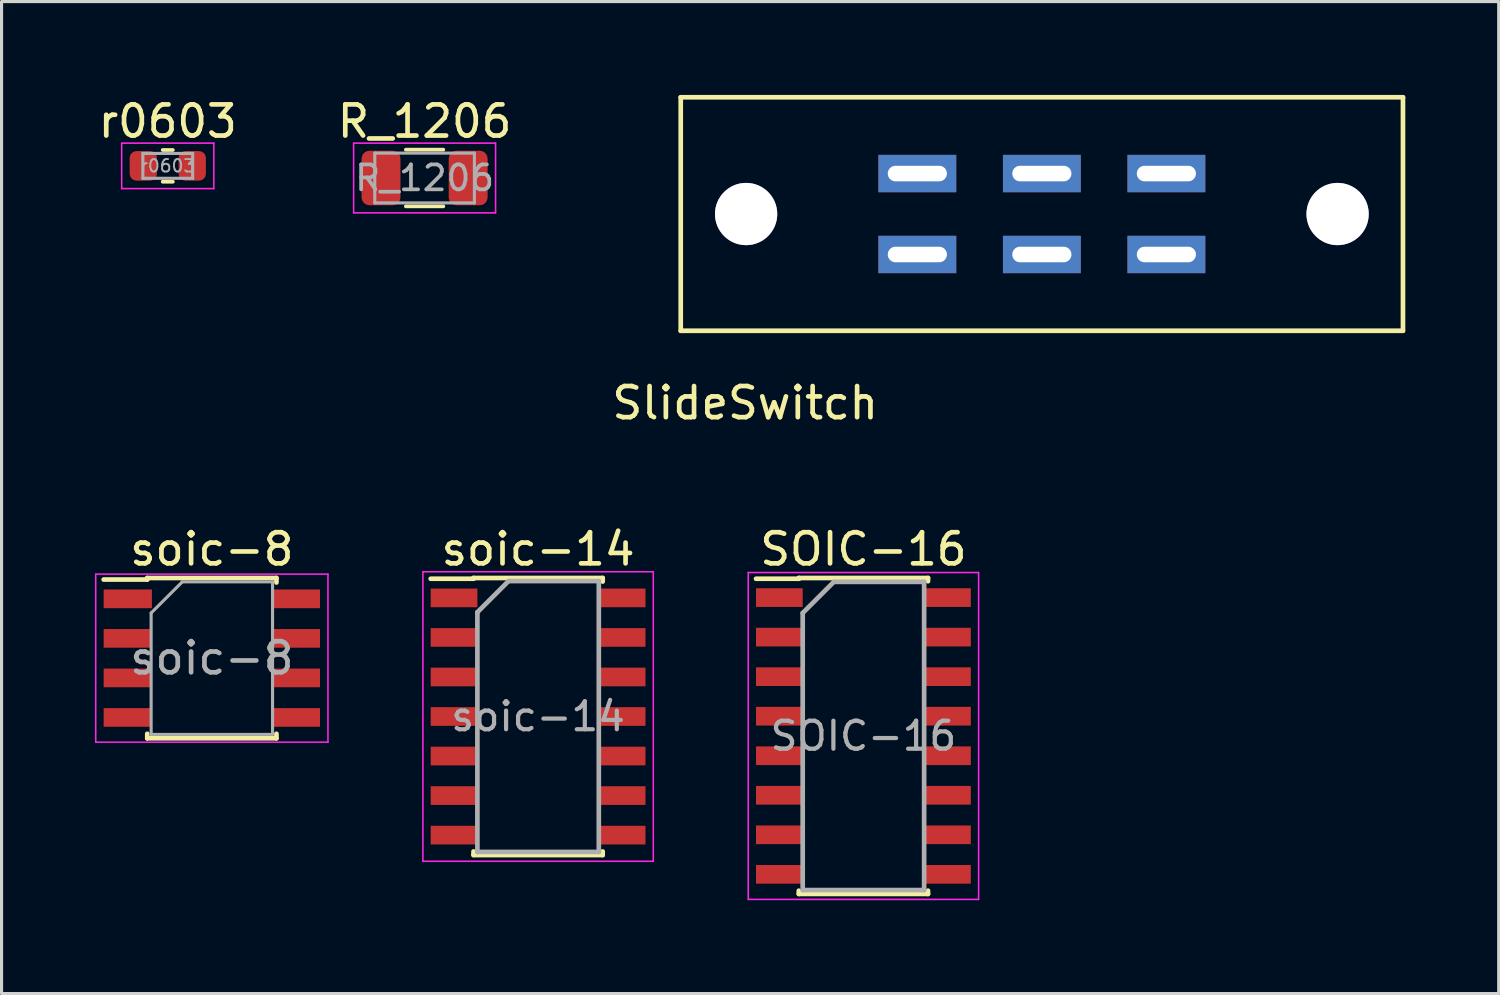
<source format=kicad_pcb>
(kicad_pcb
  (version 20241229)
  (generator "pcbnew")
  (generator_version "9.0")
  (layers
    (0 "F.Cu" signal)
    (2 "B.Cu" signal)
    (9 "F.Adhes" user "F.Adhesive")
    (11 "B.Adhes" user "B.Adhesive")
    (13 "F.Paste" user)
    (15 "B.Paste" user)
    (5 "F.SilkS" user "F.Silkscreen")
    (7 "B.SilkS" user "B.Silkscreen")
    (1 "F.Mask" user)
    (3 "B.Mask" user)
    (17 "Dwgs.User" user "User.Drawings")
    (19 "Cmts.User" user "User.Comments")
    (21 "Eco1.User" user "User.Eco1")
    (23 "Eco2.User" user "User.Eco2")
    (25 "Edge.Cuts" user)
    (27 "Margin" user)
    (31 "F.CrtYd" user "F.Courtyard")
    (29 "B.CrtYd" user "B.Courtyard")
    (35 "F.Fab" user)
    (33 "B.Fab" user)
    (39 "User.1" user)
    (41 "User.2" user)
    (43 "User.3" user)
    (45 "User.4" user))
  (footprint "soic-8"
    (layer "F.Cu")
    (at 3.755 18.091)
    (property "Reference" "soic-8" (at 0 -3.5 0) (layer "F.SilkS") (effects (font (size 1 1) (thickness 0.15))))
    (attr smd)
    (fp_line (start -2.075 -2.575) (end -2.075 -2.525) (stroke (width 0.15) (type solid)) (layer "F.SilkS"))
    (fp_line (start -2.075 -2.575) (end 2.075 -2.575) (stroke (width 0.15) (type solid)) (layer "F.SilkS"))
    (fp_line (start -2.075 -2.525) (end -3.475 -2.525) (stroke (width 0.15) (type solid)) (layer "F.SilkS"))
    (fp_line (start -2.075 2.575) (end -2.075 2.43) (stroke (width 0.15) (type solid)) (layer "F.SilkS"))
    (fp_line (start -2.075 2.575) (end 2.075 2.575) (stroke (width 0.15) (type solid)) (layer "F.SilkS"))
    (fp_line (start 2.075 -2.575) (end 2.075 -2.43) (stroke (width 0.15) (type solid)) (layer "F.SilkS"))
    (fp_line (start 2.075 2.575) (end 2.075 2.43) (stroke (width 0.15) (type solid)) (layer "F.SilkS"))
    (fp_line (start -3.73 -2.7) (end -3.73 2.7) (stroke (width 0.05) (type solid)) (layer "F.CrtYd"))
    (fp_line (start -3.73 -2.7) (end 3.73 -2.7) (stroke (width 0.05) (type solid)) (layer "F.CrtYd"))
    (fp_line (start -3.73 2.7) (end 3.73 2.7) (stroke (width 0.05) (type solid)) (layer "F.CrtYd"))
    (fp_line (start 3.73 -2.7) (end 3.73 2.7) (stroke (width 0.05) (type solid)) (layer "F.CrtYd"))
    (fp_line (start -1.95 -1.45) (end -0.95 -2.45) (stroke (width 0.1) (type solid)) (layer "F.Fab"))
    (fp_line (start -1.95 2.45) (end -1.95 -1.45) (stroke (width 0.1) (type solid)) (layer "F.Fab"))
    (fp_line (start -0.95 -2.45) (end 1.95 -2.45) (stroke (width 0.1) (type solid)) (layer "F.Fab"))
    (fp_line (start 1.95 -2.45) (end 1.95 2.45) (stroke (width 0.1) (type solid)) (layer "F.Fab"))
    (fp_line (start 1.95 2.45) (end -1.95 2.45) (stroke (width 0.1) (type solid)) (layer "F.Fab"))
    (fp_text user "${REFERENCE}" (at 0 0 0) (layer "F.Fab") (effects (font (size 1 1) (thickness 0.15))))
    (pad "1" smd rect (at -2.7 -1.905) (size 1.55 0.6) (layers "F.Cu" "F.Mask" "F.Paste"))
    (pad "2" smd rect (at -2.7 -0.635) (size 1.55 0.6) (layers "F.Cu" "F.Mask" "F.Paste"))
    (pad "3" smd rect (at -2.7 0.635) (size 1.55 0.6) (layers "F.Cu" "F.Mask" "F.Paste"))
    (pad "4" smd rect (at -2.7 1.905) (size 1.55 0.6) (layers "F.Cu" "F.Mask" "F.Paste"))
    (pad "5" smd rect (at 2.7 1.905) (size 1.55 0.6) (layers "F.Cu" "F.Mask" "F.Paste"))
    (pad "6" smd rect (at 2.7 0.635) (size 1.55 0.6) (layers "F.Cu" "F.Mask" "F.Paste"))
    (pad "7" smd rect (at 2.7 -0.635) (size 1.55 0.6) (layers "F.Cu" "F.Mask" "F.Paste"))
    (pad "8" smd rect (at 2.7 -1.905) (size 1.55 0.6) (layers "F.Cu" "F.Mask" "F.Paste")))
  (footprint "r0603"
    (layer "F.Cu")
    (at 2.339 2.278)
    (property "Reference" "r0603" (at 0 -1.43 0) (layer "F.SilkS") (effects (font (size 1 1) (thickness 0.15))))
    (attr smd)
    (fp_line (start -0.163 -0.51) (end 0.163 -0.51) (stroke (width 0.12) (type solid)) (layer "F.SilkS"))
    (fp_line (start -0.163 0.51) (end 0.163 0.51) (stroke (width 0.12) (type solid)) (layer "F.SilkS"))
    (fp_line (start -1.48 -0.73) (end 1.48 -0.73) (stroke (width 0.05) (type solid)) (layer "F.CrtYd"))
    (fp_line (start -1.48 0.73) (end -1.48 -0.73) (stroke (width 0.05) (type solid)) (layer "F.CrtYd"))
    (fp_line (start 1.48 -0.73) (end 1.48 0.73) (stroke (width 0.05) (type solid)) (layer "F.CrtYd"))
    (fp_line (start 1.48 0.73) (end -1.48 0.73) (stroke (width 0.05) (type solid)) (layer "F.CrtYd"))
    (fp_line (start -0.8 -0.4) (end 0.8 -0.4) (stroke (width 0.1) (type solid)) (layer "F.Fab"))
    (fp_line (start -0.8 0.4) (end -0.8 -0.4) (stroke (width 0.1) (type solid)) (layer "F.Fab"))
    (fp_line (start 0.8 -0.4) (end 0.8 0.4) (stroke (width 0.1) (type solid)) (layer "F.Fab"))
    (fp_line (start 0.8 0.4) (end -0.8 0.4) (stroke (width 0.1) (type solid)) (layer "F.Fab"))
    (fp_text user "${REFERENCE}" (at 0 0 0) (layer "F.Fab") (effects (font (size 0.4 0.4) (thickness 0.06))))
    (pad "1" smd roundrect (at -0.787 0) (size 0.875 0.95) (layers "F.Cu" "F.Mask" "F.Paste") (roundrect_rratio 0.25))
    (pad "2" smd roundrect (at 0.787 0) (size 0.875 0.95) (layers "F.Cu" "F.Mask" "F.Paste") (roundrect_rratio 0.25)))
  (footprint "SOIC-16"
    (layer "F.Cu")
    (at 24.685 20.591)
    (property "Reference" "SOIC-16" (at 0 -6 0) (layer "F.SilkS") (effects (font (size 1 1) (thickness 0.15))))
    (attr smd)
    (fp_line (start -2.075 -5.075) (end -2.075 -5.05) (stroke (width 0.15) (type solid)) (layer "F.SilkS"))
    (fp_line (start -2.075 -5.075) (end 2.075 -5.075) (stroke (width 0.15) (type solid)) (layer "F.SilkS"))
    (fp_line (start -2.075 -5.05) (end -3.45 -5.05) (stroke (width 0.15) (type solid)) (layer "F.SilkS"))
    (fp_line (start -2.075 5.075) (end -2.075 4.97) (stroke (width 0.15) (type solid)) (layer "F.SilkS"))
    (fp_line (start -2.075 5.075) (end 2.075 5.075) (stroke (width 0.15) (type solid)) (layer "F.SilkS"))
    (fp_line (start 2.075 -5.075) (end 2.075 -4.97) (stroke (width 0.15) (type solid)) (layer "F.SilkS"))
    (fp_line (start 2.075 5.075) (end 2.075 4.97) (stroke (width 0.15) (type solid)) (layer "F.SilkS"))
    (fp_line (start -3.7 -5.25) (end -3.7 5.25) (stroke (width 0.05) (type solid)) (layer "F.CrtYd"))
    (fp_line (start -3.7 -5.25) (end 3.7 -5.25) (stroke (width 0.05) (type solid)) (layer "F.CrtYd"))
    (fp_line (start -3.7 5.25) (end 3.7 5.25) (stroke (width 0.05) (type solid)) (layer "F.CrtYd"))
    (fp_line (start 3.7 -5.25) (end 3.7 5.25) (stroke (width 0.05) (type solid)) (layer "F.CrtYd"))
    (fp_line (start -1.95 -3.95) (end -0.95 -4.95) (stroke (width 0.15) (type solid)) (layer "F.Fab"))
    (fp_line (start -1.95 4.95) (end -1.95 -3.95) (stroke (width 0.15) (type solid)) (layer "F.Fab"))
    (fp_line (start -0.95 -4.95) (end 1.95 -4.95) (stroke (width 0.15) (type solid)) (layer "F.Fab"))
    (fp_line (start 1.95 -4.95) (end 1.95 4.95) (stroke (width 0.15) (type solid)) (layer "F.Fab"))
    (fp_line (start 1.95 4.95) (end -1.95 4.95) (stroke (width 0.15) (type solid)) (layer "F.Fab"))
    (fp_text user "${REFERENCE}" (at 0 0 0) (layer "F.Fab") (effects (font (size 0.9 0.9) (thickness 0.135))))
    (pad "1" smd rect (at -2.7 -4.445) (size 1.5 0.6) (layers "F.Cu" "F.Mask" "F.Paste"))
    (pad "2" smd rect (at -2.7 -3.175) (size 1.5 0.6) (layers "F.Cu" "F.Mask" "F.Paste"))
    (pad "3" smd rect (at -2.7 -1.905) (size 1.5 0.6) (layers "F.Cu" "F.Mask" "F.Paste"))
    (pad "4" smd rect (at -2.7 -0.635) (size 1.5 0.6) (layers "F.Cu" "F.Mask" "F.Paste"))
    (pad "5" smd rect (at -2.7 0.635) (size 1.5 0.6) (layers "F.Cu" "F.Mask" "F.Paste"))
    (pad "6" smd rect (at -2.7 1.905) (size 1.5 0.6) (layers "F.Cu" "F.Mask" "F.Paste"))
    (pad "7" smd rect (at -2.7 3.175) (size 1.5 0.6) (layers "F.Cu" "F.Mask" "F.Paste"))
    (pad "8" smd rect (at -2.7 4.445) (size 1.5 0.6) (layers "F.Cu" "F.Mask" "F.Paste"))
    (pad "9" smd rect (at 2.7 4.445) (size 1.5 0.6) (layers "F.Cu" "F.Mask" "F.Paste"))
    (pad "10" smd rect (at 2.7 3.175) (size 1.5 0.6) (layers "F.Cu" "F.Mask" "F.Paste"))
    (pad "11" smd rect (at 2.7 1.905) (size 1.5 0.6) (layers "F.Cu" "F.Mask" "F.Paste"))
    (pad "12" smd rect (at 2.7 0.635) (size 1.5 0.6) (layers "F.Cu" "F.Mask" "F.Paste"))
    (pad "13" smd rect (at 2.7 -0.635) (size 1.5 0.6) (layers "F.Cu" "F.Mask" "F.Paste"))
    (pad "14" smd rect (at 2.7 -1.905) (size 1.5 0.6) (layers "F.Cu" "F.Mask" "F.Paste"))
    (pad "15" smd rect (at 2.7 -3.175) (size 1.5 0.6) (layers "F.Cu" "F.Mask" "F.Paste"))
    (pad "16" smd rect (at 2.7 -4.445) (size 1.5 0.6) (layers "F.Cu" "F.Mask" "F.Paste")))
  (footprint "SlideSwitch"
    (layer "F.Cu")
    (at 30.417 3.825)
    (property "Reference" "SlideSwitch" (at -9.53 6.07 0) (layer "F.SilkS") (effects (font (size 1 1) (thickness 0.15))))
    (attr through_hole)
    (fp_line (start -11.6 -3.75) (end -11.6 3.75) (stroke (width 0.15) (type solid)) (layer "F.SilkS"))
    (fp_line (start -11.6 -3.75) (end 11.6 -3.75) (stroke (width 0.15) (type solid)) (layer "F.SilkS"))
    (fp_line (start -11.6 3.75) (end 11.6 3.75) (stroke (width 0.15) (type solid)) (layer "F.SilkS"))
    (fp_line (start 11.6 -3.75) (end 11.6 3.75) (stroke (width 0.15) (type solid)) (layer "F.SilkS"))
    (pad "1" thru_hole rect (at -4 1.3) (size 2.5 1.2) (drill oval 1.9 0.5) (layers "*.Cu" "*.Mask"))
    (pad "2" thru_hole rect (at 0 1.3) (size 2.5 1.2) (drill oval 1.9 0.5) (layers "*.Cu" "*.Mask"))
    (pad "3" thru_hole rect (at 4 1.3) (size 2.5 1.2) (drill oval 1.9 0.5) (layers "*.Cu" "*.Mask"))
    (pad "4" thru_hole rect (at 4 -1.3) (size 2.5 1.2) (drill oval 1.9 0.5) (layers "*.Cu" "*.Mask"))
    (pad "5" thru_hole rect (at 0 -1.3) (size 2.5 1.2) (drill oval 1.9 0.5) (layers "*.Cu" "*.Mask"))
    (pad "6" thru_hole rect (at -4 -1.3) (size 2.5 1.2) (drill oval 1.9 0.5) (layers "*.Cu" "*.Mask"))
    (pad "7" thru_hole circle (at -9.5 0) (size 2 2) (drill 2) (layers "*.Cu" "*.Mask"))
    (pad "8" thru_hole circle (at 9.5 0) (size 2 2) (drill 2) (layers "*.Cu" "*.Mask")))
  (footprint "soic-14"
    (layer "F.Cu")
    (at 14.235 19.966)
    (property "Reference" "soic-14" (at 0 -5.375 0) (layer "F.SilkS") (effects (font (size 1 1) (thickness 0.15))))
    (attr smd)
    (fp_line (start -2.075 -4.45) (end -2.075 -4.425) (stroke (width 0.15) (type solid)) (layer "F.SilkS"))
    (fp_line (start -2.075 -4.45) (end 2.075 -4.45) (stroke (width 0.15) (type solid)) (layer "F.SilkS"))
    (fp_line (start -2.075 -4.425) (end -3.45 -4.425) (stroke (width 0.15) (type solid)) (layer "F.SilkS"))
    (fp_line (start -2.075 4.45) (end -2.075 4.335) (stroke (width 0.15) (type solid)) (layer "F.SilkS"))
    (fp_line (start -2.075 4.45) (end 2.075 4.45) (stroke (width 0.15) (type solid)) (layer "F.SilkS"))
    (fp_line (start 2.075 -4.45) (end 2.075 -4.335) (stroke (width 0.15) (type solid)) (layer "F.SilkS"))
    (fp_line (start 2.075 4.45) (end 2.075 4.335) (stroke (width 0.15) (type solid)) (layer "F.SilkS"))
    (fp_line (start -3.7 -4.65) (end -3.7 4.65) (stroke (width 0.05) (type solid)) (layer "F.CrtYd"))
    (fp_line (start -3.7 -4.65) (end 3.7 -4.65) (stroke (width 0.05) (type solid)) (layer "F.CrtYd"))
    (fp_line (start -3.7 4.65) (end 3.7 4.65) (stroke (width 0.05) (type solid)) (layer "F.CrtYd"))
    (fp_line (start 3.7 -4.65) (end 3.7 4.65) (stroke (width 0.05) (type solid)) (layer "F.CrtYd"))
    (fp_line (start -1.95 -3.35) (end -0.95 -4.35) (stroke (width 0.15) (type solid)) (layer "F.Fab"))
    (fp_line (start -1.95 4.35) (end -1.95 -3.35) (stroke (width 0.15) (type solid)) (layer "F.Fab"))
    (fp_line (start -0.95 -4.35) (end 1.95 -4.35) (stroke (width 0.15) (type solid)) (layer "F.Fab"))
    (fp_line (start 1.95 -4.35) (end 1.95 4.35) (stroke (width 0.15) (type solid)) (layer "F.Fab"))
    (fp_line (start 1.95 4.35) (end -1.95 4.35) (stroke (width 0.15) (type solid)) (layer "F.Fab"))
    (fp_text user "${REFERENCE}" (at 0 0 0) (layer "F.Fab") (effects (font (size 0.9 0.9) (thickness 0.135))))
    (pad "1" smd rect (at -2.7 -3.81) (size 1.5 0.6) (layers "F.Cu" "F.Mask" "F.Paste"))
    (pad "2" smd rect (at -2.7 -2.54) (size 1.5 0.6) (layers "F.Cu" "F.Mask" "F.Paste"))
    (pad "3" smd rect (at -2.7 -1.27) (size 1.5 0.6) (layers "F.Cu" "F.Mask" "F.Paste"))
    (pad "4" smd rect (at -2.7 0) (size 1.5 0.6) (layers "F.Cu" "F.Mask" "F.Paste"))
    (pad "5" smd rect (at -2.7 1.27) (size 1.5 0.6) (layers "F.Cu" "F.Mask" "F.Paste"))
    (pad "6" smd rect (at -2.7 2.54) (size 1.5 0.6) (layers "F.Cu" "F.Mask" "F.Paste"))
    (pad "7" smd rect (at -2.7 3.81) (size 1.5 0.6) (layers "F.Cu" "F.Mask" "F.Paste"))
    (pad "8" smd rect (at 2.7 3.81) (size 1.5 0.6) (layers "F.Cu" "F.Mask" "F.Paste"))
    (pad "9" smd rect (at 2.7 2.54) (size 1.5 0.6) (layers "F.Cu" "F.Mask" "F.Paste"))
    (pad "10" smd rect (at 2.7 1.27) (size 1.5 0.6) (layers "F.Cu" "F.Mask" "F.Paste"))
    (pad "11" smd rect (at 2.7 0) (size 1.5 0.6) (layers "F.Cu" "F.Mask" "F.Paste"))
    (pad "12" smd rect (at 2.7 -1.27) (size 1.5 0.6) (layers "F.Cu" "F.Mask" "F.Paste"))
    (pad "13" smd rect (at 2.7 -2.54) (size 1.5 0.6) (layers "F.Cu" "F.Mask" "F.Paste"))
    (pad "14" smd rect (at 2.7 -3.81) (size 1.5 0.6) (layers "F.Cu" "F.Mask" "F.Paste")))
  (footprint "R_1206"
    (layer "F.Cu")
    (at 10.589 2.668)
    (property "Reference" "R_1206" (at 0 -1.82 0) (layer "F.SilkS") (effects (font (size 1 1) (thickness 0.15))))
    (attr smd)
    (fp_line (start -0.602 -0.91) (end 0.602 -0.91) (stroke (width 0.12) (type solid)) (layer "F.SilkS"))
    (fp_line (start -0.602 0.91) (end 0.602 0.91) (stroke (width 0.12) (type solid)) (layer "F.SilkS"))
    (fp_line (start -2.28 -1.12) (end 2.28 -1.12) (stroke (width 0.05) (type solid)) (layer "F.CrtYd"))
    (fp_line (start -2.28 1.12) (end -2.28 -1.12) (stroke (width 0.05) (type solid)) (layer "F.CrtYd"))
    (fp_line (start 2.28 -1.12) (end 2.28 1.12) (stroke (width 0.05) (type solid)) (layer "F.CrtYd"))
    (fp_line (start 2.28 1.12) (end -2.28 1.12) (stroke (width 0.05) (type solid)) (layer "F.CrtYd"))
    (fp_line (start -1.6 -0.8) (end 1.6 -0.8) (stroke (width 0.1) (type solid)) (layer "F.Fab"))
    (fp_line (start -1.6 0.8) (end -1.6 -0.8) (stroke (width 0.1) (type solid)) (layer "F.Fab"))
    (fp_line (start 1.6 -0.8) (end 1.6 0.8) (stroke (width 0.1) (type solid)) (layer "F.Fab"))
    (fp_line (start 1.6 0.8) (end -1.6 0.8) (stroke (width 0.1) (type solid)) (layer "F.Fab"))
    (fp_text user "${REFERENCE}" (at 0 0 0) (layer "F.Fab") (effects (font (size 0.8 0.8) (thickness 0.12))))
    (pad "1" smd roundrect (at -1.4 0) (size 1.25 1.75) (layers "F.Cu" "F.Mask" "F.Paste") (roundrect_rratio 0.2))
    (pad "2" smd roundrect (at 1.4 0) (size 1.25 1.75) (layers "F.Cu" "F.Mask" "F.Paste") (roundrect_rratio 0.2)))
  (gr_rect
    (start -3 -3)
    (end 45.092 28.866)
    (stroke (width 0.1) (type default))
    (fill no)
    (layer "Edge.Cuts")))
</source>
